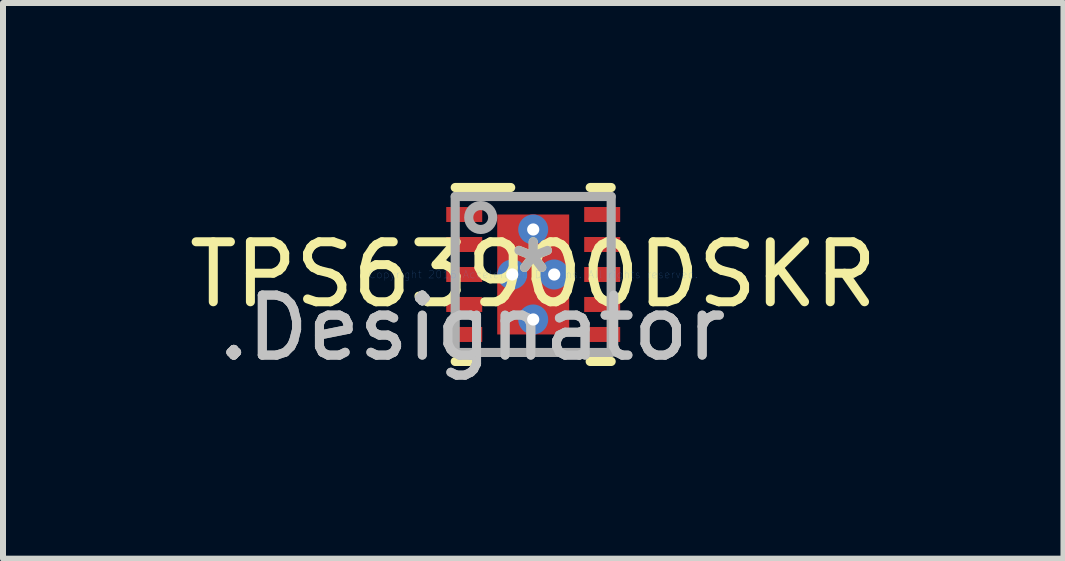
<source format=kicad_pcb>
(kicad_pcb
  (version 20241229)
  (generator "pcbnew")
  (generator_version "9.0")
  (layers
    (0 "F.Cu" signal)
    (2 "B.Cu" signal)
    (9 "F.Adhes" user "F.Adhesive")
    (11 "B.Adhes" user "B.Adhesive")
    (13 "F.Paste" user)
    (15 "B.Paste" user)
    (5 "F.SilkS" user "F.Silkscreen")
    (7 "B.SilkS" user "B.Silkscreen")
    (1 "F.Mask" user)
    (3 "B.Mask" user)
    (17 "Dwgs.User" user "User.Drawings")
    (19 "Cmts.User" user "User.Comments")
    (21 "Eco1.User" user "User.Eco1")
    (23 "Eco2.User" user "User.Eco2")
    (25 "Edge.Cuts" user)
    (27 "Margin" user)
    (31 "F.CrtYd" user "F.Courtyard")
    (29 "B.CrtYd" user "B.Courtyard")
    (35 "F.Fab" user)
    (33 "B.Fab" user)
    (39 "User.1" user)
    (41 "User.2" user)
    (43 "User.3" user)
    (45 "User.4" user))
  (footprint "TPS63900DSKR"
    (layer "F.Cu")
    (at 5.839 1.526)
    (property "Reference" "TPS63900DSKR" (at 0 0 0) (layer "F.SilkS") (effects (font (size 1 1) (thickness 0.15))))
    (attr through_hole)
    (fp_line (start -1.3 -1.45) (end -0.375 -1.45) (stroke (width 0.152) (type solid)) (layer "F.SilkS"))
    (fp_line (start -1.3 1.45) (end -0.95 1.45) (stroke (width 0.152) (type solid)) (layer "F.SilkS"))
    (fp_line (start 0.95 -1.45) (end 1.3 -1.45) (stroke (width 0.152) (type solid)) (layer "F.SilkS"))
    (fp_line (start 0.95 1.45) (end 1.3 1.45) (stroke (width 0.152) (type solid)) (layer "F.SilkS"))
    (fp_line (start -0.565 -0.941) (end -0.564 -0.951) (stroke (width 0.152) (type solid)) (layer "F.Paste"))
    (fp_line (start -0.565 -0.149) (end -0.565 -0.941) (stroke (width 0.152) (type solid)) (layer "F.Paste"))
    (fp_line (start -0.565 0.149) (end -0.564 0.139) (stroke (width 0.152) (type solid)) (layer "F.Paste"))
    (fp_line (start -0.565 0.941) (end -0.565 0.149) (stroke (width 0.152) (type solid)) (layer "F.Paste"))
    (fp_line (start -0.564 -0.951) (end -0.561 -0.96) (stroke (width 0.152) (type solid)) (layer "F.Paste"))
    (fp_line (start -0.564 -0.139) (end -0.565 -0.149) (stroke (width 0.152) (type solid)) (layer "F.Paste"))
    (fp_line (start -0.564 0.139) (end -0.561 0.13) (stroke (width 0.152) (type solid)) (layer "F.Paste"))
    (fp_line (start -0.564 0.951) (end -0.565 0.941) (stroke (width 0.152) (type solid)) (layer "F.Paste"))
    (fp_line (start -0.561 -0.96) (end -0.557 -0.968) (stroke (width 0.152) (type solid)) (layer "F.Paste"))
    (fp_line (start -0.561 -0.13) (end -0.564 -0.139) (stroke (width 0.152) (type solid)) (layer "F.Paste"))
    (fp_line (start -0.561 0.13) (end -0.557 0.122) (stroke (width 0.152) (type solid)) (layer "F.Paste"))
    (fp_line (start -0.561 0.96) (end -0.564 0.951) (stroke (width 0.152) (type solid)) (layer "F.Paste"))
    (fp_line (start -0.557 -0.968) (end -0.551 -0.976) (stroke (width 0.152) (type solid)) (layer "F.Paste"))
    (fp_line (start -0.557 -0.122) (end -0.561 -0.13) (stroke (width 0.152) (type solid)) (layer "F.Paste"))
    (fp_line (start -0.557 0.122) (end -0.551 0.114) (stroke (width 0.152) (type solid)) (layer "F.Paste"))
    (fp_line (start -0.557 0.968) (end -0.561 0.96) (stroke (width 0.152) (type solid)) (layer "F.Paste"))
    (fp_line (start -0.551 -0.976) (end -0.543 -0.982) (stroke (width 0.152) (type solid)) (layer "F.Paste"))
    (fp_line (start -0.551 -0.114) (end -0.557 -0.122) (stroke (width 0.152) (type solid)) (layer "F.Paste"))
    (fp_line (start -0.551 0.114) (end -0.543 0.108) (stroke (width 0.152) (type solid)) (layer "F.Paste"))
    (fp_line (start -0.551 0.976) (end -0.557 0.968) (stroke (width 0.152) (type solid)) (layer "F.Paste"))
    (fp_line (start -0.543 -0.982) (end -0.535 -0.986) (stroke (width 0.152) (type solid)) (layer "F.Paste"))
    (fp_line (start -0.543 -0.108) (end -0.551 -0.114) (stroke (width 0.152) (type solid)) (layer "F.Paste"))
    (fp_line (start -0.543 0.108) (end -0.535 0.104) (stroke (width 0.152) (type solid)) (layer "F.Paste"))
    (fp_line (start -0.543 0.982) (end -0.551 0.976) (stroke (width 0.152) (type solid)) (layer "F.Paste"))
    (fp_line (start -0.535 -0.986) (end -0.526 -0.989) (stroke (width 0.152) (type solid)) (layer "F.Paste"))
    (fp_line (start -0.535 -0.104) (end -0.543 -0.108) (stroke (width 0.152) (type solid)) (layer "F.Paste"))
    (fp_line (start -0.535 0.104) (end -0.526 0.101) (stroke (width 0.152) (type solid)) (layer "F.Paste"))
    (fp_line (start -0.535 0.986) (end -0.543 0.982) (stroke (width 0.152) (type solid)) (layer "F.Paste"))
    (fp_line (start -0.526 -0.989) (end -0.516 -0.99) (stroke (width 0.152) (type solid)) (layer "F.Paste"))
    (fp_line (start -0.526 -0.101) (end -0.535 -0.104) (stroke (width 0.152) (type solid)) (layer "F.Paste"))
    (fp_line (start -0.526 0.101) (end -0.516 0.1) (stroke (width 0.152) (type solid)) (layer "F.Paste"))
    (fp_line (start -0.526 0.989) (end -0.535 0.986) (stroke (width 0.152) (type solid)) (layer "F.Paste"))
    (fp_line (start -0.516 -0.99) (end 0.516 -0.99) (stroke (width 0.152) (type solid)) (layer "F.Paste"))
    (fp_line (start -0.516 -0.1) (end -0.526 -0.101) (stroke (width 0.152) (type solid)) (layer "F.Paste"))
    (fp_line (start -0.516 0.1) (end 0.516 0.1) (stroke (width 0.152) (type solid)) (layer "F.Paste"))
    (fp_line (start -0.516 0.99) (end -0.526 0.989) (stroke (width 0.152) (type solid)) (layer "F.Paste"))
    (fp_line (start 0.516 -0.99) (end 0.526 -0.989) (stroke (width 0.152) (type solid)) (layer "F.Paste"))
    (fp_line (start 0.516 -0.1) (end -0.516 -0.1) (stroke (width 0.152) (type solid)) (layer "F.Paste"))
    (fp_line (start 0.516 0.1) (end 0.526 0.101) (stroke (width 0.152) (type solid)) (layer "F.Paste"))
    (fp_line (start 0.516 0.99) (end -0.516 0.99) (stroke (width 0.152) (type solid)) (layer "F.Paste"))
    (fp_line (start 0.526 -0.989) (end 0.535 -0.986) (stroke (width 0.152) (type solid)) (layer "F.Paste"))
    (fp_line (start 0.526 -0.101) (end 0.516 -0.1) (stroke (width 0.152) (type solid)) (layer "F.Paste"))
    (fp_line (start 0.526 0.101) (end 0.535 0.104) (stroke (width 0.152) (type solid)) (layer "F.Paste"))
    (fp_line (start 0.526 0.989) (end 0.516 0.99) (stroke (width 0.152) (type solid)) (layer "F.Paste"))
    (fp_line (start 0.535 -0.986) (end 0.543 -0.982) (stroke (width 0.152) (type solid)) (layer "F.Paste"))
    (fp_line (start 0.535 -0.104) (end 0.526 -0.101) (stroke (width 0.152) (type solid)) (layer "F.Paste"))
    (fp_line (start 0.535 0.104) (end 0.543 0.108) (stroke (width 0.152) (type solid)) (layer "F.Paste"))
    (fp_line (start 0.535 0.986) (end 0.526 0.989) (stroke (width 0.152) (type solid)) (layer "F.Paste"))
    (fp_line (start 0.543 -0.982) (end 0.551 -0.976) (stroke (width 0.152) (type solid)) (layer "F.Paste"))
    (fp_line (start 0.543 -0.108) (end 0.535 -0.104) (stroke (width 0.152) (type solid)) (layer "F.Paste"))
    (fp_line (start 0.543 0.108) (end 0.551 0.114) (stroke (width 0.152) (type solid)) (layer "F.Paste"))
    (fp_line (start 0.543 0.982) (end 0.535 0.986) (stroke (width 0.152) (type solid)) (layer "F.Paste"))
    (fp_line (start 0.551 -0.976) (end 0.557 -0.968) (stroke (width 0.152) (type solid)) (layer "F.Paste"))
    (fp_line (start 0.551 -0.114) (end 0.543 -0.108) (stroke (width 0.152) (type solid)) (layer "F.Paste"))
    (fp_line (start 0.551 0.114) (end 0.557 0.122) (stroke (width 0.152) (type solid)) (layer "F.Paste"))
    (fp_line (start 0.551 0.976) (end 0.543 0.982) (stroke (width 0.152) (type solid)) (layer "F.Paste"))
    (fp_line (start 0.557 -0.968) (end 0.561 -0.96) (stroke (width 0.152) (type solid)) (layer "F.Paste"))
    (fp_line (start 0.557 -0.122) (end 0.551 -0.114) (stroke (width 0.152) (type solid)) (layer "F.Paste"))
    (fp_line (start 0.557 0.122) (end 0.561 0.13) (stroke (width 0.152) (type solid)) (layer "F.Paste"))
    (fp_line (start 0.557 0.968) (end 0.551 0.976) (stroke (width 0.152) (type solid)) (layer "F.Paste"))
    (fp_line (start 0.561 -0.96) (end 0.564 -0.951) (stroke (width 0.152) (type solid)) (layer "F.Paste"))
    (fp_line (start 0.561 -0.13) (end 0.557 -0.122) (stroke (width 0.152) (type solid)) (layer "F.Paste"))
    (fp_line (start 0.561 0.13) (end 0.564 0.139) (stroke (width 0.152) (type solid)) (layer "F.Paste"))
    (fp_line (start 0.561 0.96) (end 0.557 0.968) (stroke (width 0.152) (type solid)) (layer "F.Paste"))
    (fp_line (start 0.564 -0.951) (end 0.565 -0.941) (stroke (width 0.152) (type solid)) (layer "F.Paste"))
    (fp_line (start 0.564 -0.139) (end 0.561 -0.13) (stroke (width 0.152) (type solid)) (layer "F.Paste"))
    (fp_line (start 0.564 0.139) (end 0.565 0.149) (stroke (width 0.152) (type solid)) (layer "F.Paste"))
    (fp_line (start 0.564 0.951) (end 0.561 0.96) (stroke (width 0.152) (type solid)) (layer "F.Paste"))
    (fp_line (start 0.565 -0.941) (end 0.565 -0.149) (stroke (width 0.152) (type solid)) (layer "F.Paste"))
    (fp_line (start 0.565 -0.149) (end 0.564 -0.139) (stroke (width 0.152) (type solid)) (layer "F.Paste"))
    (fp_line (start 0.565 0.149) (end 0.565 0.941) (stroke (width 0.152) (type solid)) (layer "F.Paste"))
    (fp_line (start 0.565 0.941) (end 0.564 0.951) (stroke (width 0.152) (type solid)) (layer "F.Paste"))
    (fp_line (start -1.3 -1.3) (end 1.3 -1.3) (stroke (width 0.152) (type solid)) (layer "F.Fab"))
    (fp_line (start -1.3 1.3) (end -1.3 -1.3) (stroke (width 0.152) (type solid)) (layer "F.Fab"))
    (fp_line (start -1.3 1.3) (end 1.3 1.3) (stroke (width 0.152) (type solid)) (layer "F.Fab"))
    (fp_line (start 1.3 1.3) (end 1.3 -1.3) (stroke (width 0.152) (type solid)) (layer "F.Fab"))
    (fp_circle (center -0.875 -0.95) (end -0.675 -0.95) (stroke (width 0.152) (type solid)) (fill no) (layer "F.Fab"))
    (fp_text user "*" (at 0 0 0) (layer "F.SilkS") (effects (font (size 1 1) (thickness 0.15))))
    (fp_text user ".Designator" (at -1.016 0.889 0) (layer "Dwgs.User") (effects (font (size 1 1) (thickness 0.15))))
    (fp_text user "Copyright 2016 Accelerated Designs. All rights reserved." (at 0 0 0) (layer "Cmts.User") (effects (font (size 0.127 0.127) (thickness 0.002))))
    (fp_text user "*" (at 0 0 0) (layer "F.Fab") (effects (font (size 1 1) (thickness 0.15))))
    (fp_text user ".Designator" (at -1.016 0.889 0) (layer "F.Fab") (effects (font (size 1 1) (thickness 0.15))))
    (pad "1" smd rect (at -1.15 -1 90) (size 0.25 0.6) (layers "F.Cu" "F.Mask" "F.Paste"))
    (pad "2" smd rect (at -1.15 -0.5 90) (size 0.25 0.6) (layers "F.Cu" "F.Mask" "F.Paste"))
    (pad "3" smd rect (at -1.15 -0.000003 90) (size 0.25 0.6) (layers "F.Cu" "F.Mask" "F.Paste"))
    (pad "4" smd rect (at -1.15 0.5 90) (size 0.25 0.6) (layers "F.Cu" "F.Mask" "F.Paste"))
    (pad "5" smd rect (at -1.15 1 90) (size 0.25 0.6) (layers "F.Cu" "F.Mask" "F.Paste"))
    (pad "6" smd rect (at 1.15 1 90) (size 0.25 0.6) (layers "F.Cu" "F.Mask" "F.Paste"))
    (pad "7" smd rect (at 1.15 0.5 90) (size 0.25 0.6) (layers "F.Cu" "F.Mask" "F.Paste"))
    (pad "8" smd rect (at 1.15 -0.000003 90) (size 0.25 0.6) (layers "F.Cu" "F.Mask" "F.Paste"))
    (pad "9" smd rect (at 1.15 -0.5 90) (size 0.25 0.6) (layers "F.Cu" "F.Mask" "F.Paste"))
    (pad "10" smd rect (at 1.15 -1 90) (size 0.25 0.6) (layers "F.Cu" "F.Mask" "F.Paste"))
    (pad "11" smd rect (at 0 0) (size 1.2 2) (layers "F.Cu" "F.Mask" "F.Paste"))
    (pad "V" thru_hole circle (at -0.35 0) (size 0.5 0.5) (drill 0.203) (layers "*.Cu" "*.Mask"))
    (pad "V" thru_hole circle (at 0 -0.75) (size 0.5 0.5) (drill 0.203) (layers "*.Cu" "*.Mask"))
    (pad "V" thru_hole circle (at 0 0.75) (size 0.5 0.5) (drill 0.203) (layers "*.Cu" "*.Mask"))
    (pad "V" thru_hole circle (at 0.35 0) (size 0.5 0.5) (drill 0.203) (layers "*.Cu" "*.Mask")))
  (gr_rect
    (start -3 -3)
    (end 14.679 6.263)
    (stroke (width 0.1) (type default))
    (fill no)
    (layer "Edge.Cuts")))
</source>
